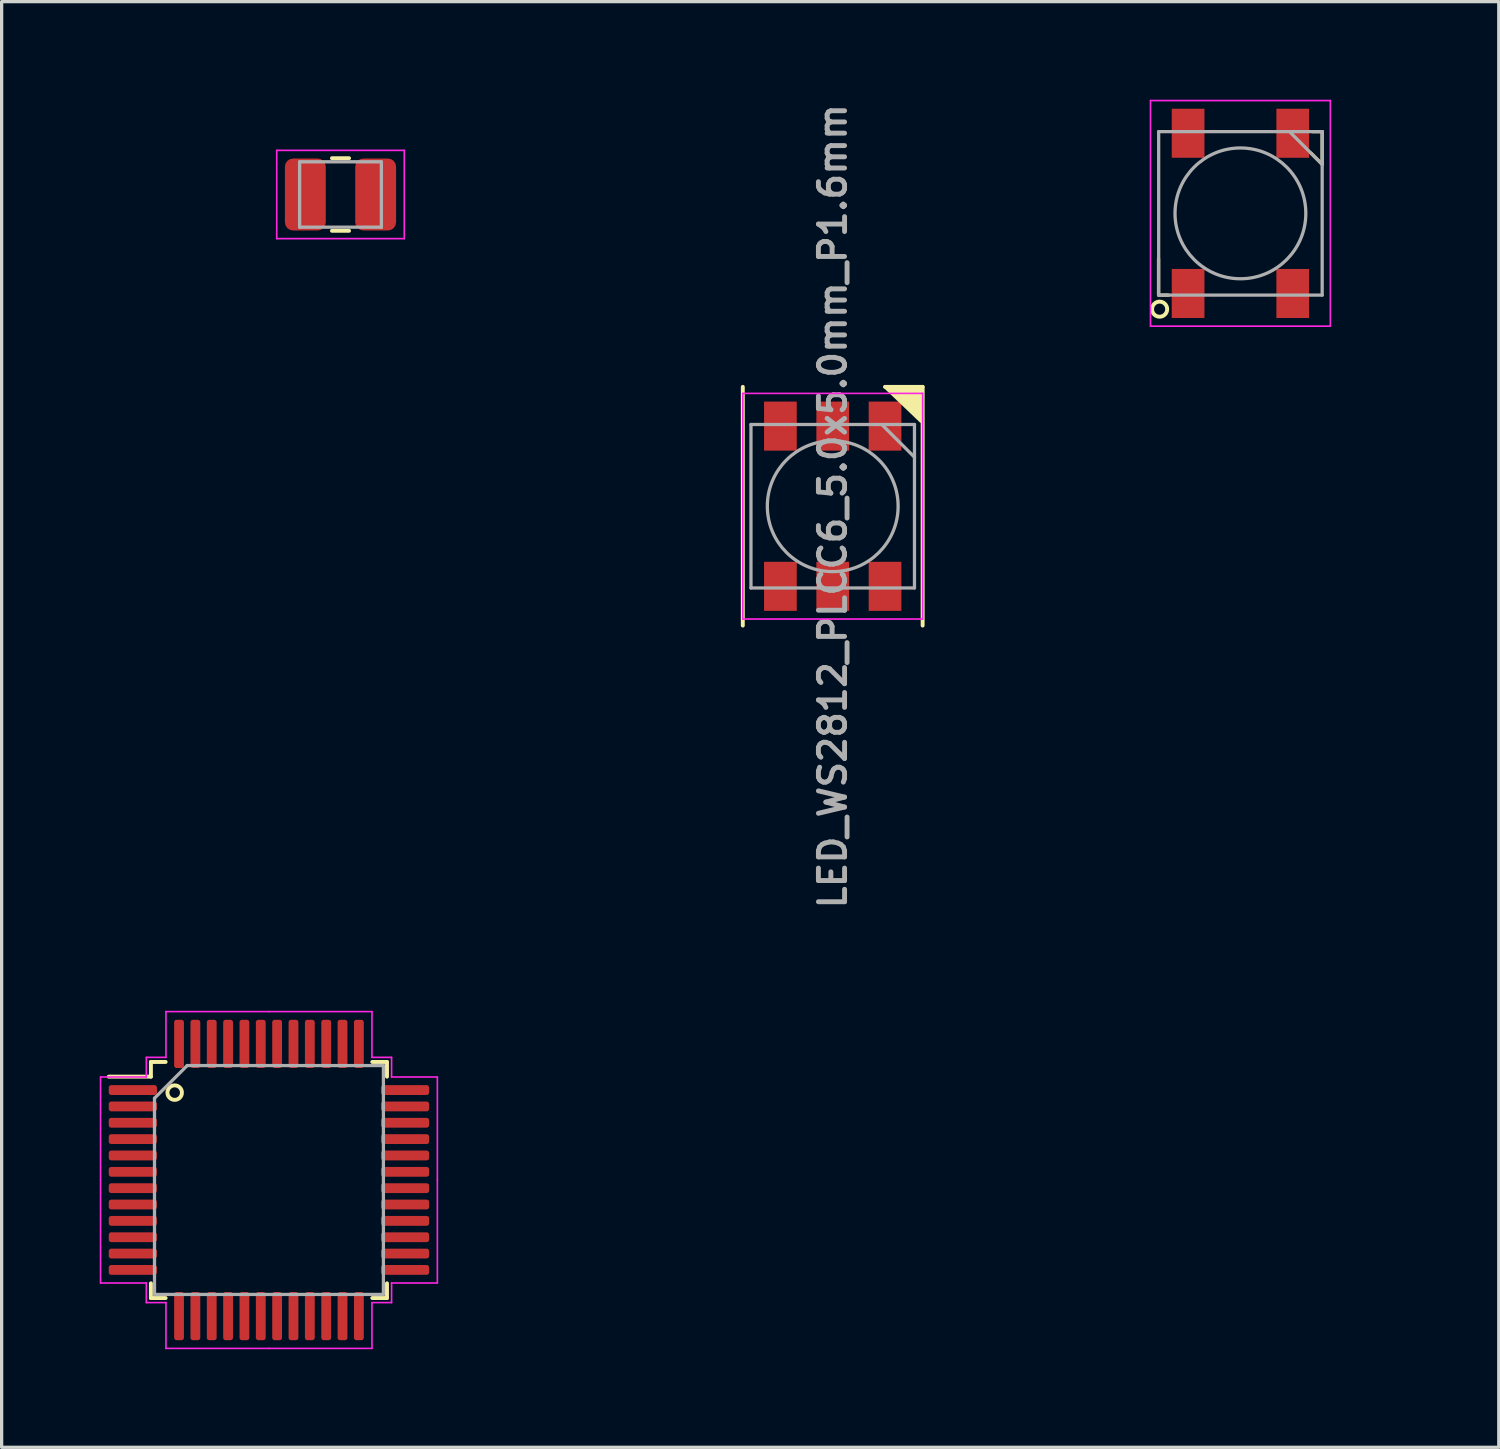
<source format=kicad_pcb>
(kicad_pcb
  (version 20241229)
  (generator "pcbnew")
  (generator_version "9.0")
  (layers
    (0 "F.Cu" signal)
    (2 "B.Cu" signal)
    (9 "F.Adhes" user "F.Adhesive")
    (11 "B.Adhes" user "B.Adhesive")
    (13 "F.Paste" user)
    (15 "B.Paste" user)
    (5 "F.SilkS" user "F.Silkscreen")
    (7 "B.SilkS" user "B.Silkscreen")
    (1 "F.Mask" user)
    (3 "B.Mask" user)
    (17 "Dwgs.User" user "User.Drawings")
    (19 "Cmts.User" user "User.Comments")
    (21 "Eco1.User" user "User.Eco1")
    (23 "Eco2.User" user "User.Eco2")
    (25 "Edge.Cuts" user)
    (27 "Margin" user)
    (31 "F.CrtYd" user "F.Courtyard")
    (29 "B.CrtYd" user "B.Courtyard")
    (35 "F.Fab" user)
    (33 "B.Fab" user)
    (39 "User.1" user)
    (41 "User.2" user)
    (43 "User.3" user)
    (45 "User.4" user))
  (footprint "LQFP-48_7x7mm_P0.5mm"
    (layer "F.Cu")
    (at 5.175 33.036)
    (property "Reference" "LQFP-48_7x7mm_P0.5mm" (at -0.01 0.091 0) (layer "Eco2.User") (effects (font (size 0.3 0.3) (thickness 0.075))))
    (attr smd)
    (fp_line (start -3.61 -3.61) (end -3.61 -3.16) (stroke (width 0.12) (type solid)) (layer "F.SilkS"))
    (fp_line (start -3.61 -3.16) (end -4.9 -3.16) (stroke (width 0.12) (type solid)) (layer "F.SilkS"))
    (fp_line (start -3.61 3.61) (end -3.61 3.16) (stroke (width 0.12) (type solid)) (layer "F.SilkS"))
    (fp_line (start -3.16 -3.61) (end -3.61 -3.61) (stroke (width 0.12) (type solid)) (layer "F.SilkS"))
    (fp_line (start -3.16 3.61) (end -3.61 3.61) (stroke (width 0.12) (type solid)) (layer "F.SilkS"))
    (fp_line (start 3.16 -3.61) (end 3.61 -3.61) (stroke (width 0.12) (type solid)) (layer "F.SilkS"))
    (fp_line (start 3.16 3.61) (end 3.61 3.61) (stroke (width 0.12) (type solid)) (layer "F.SilkS"))
    (fp_line (start 3.61 -3.61) (end 3.61 -3.16) (stroke (width 0.12) (type solid)) (layer "F.SilkS"))
    (fp_line (start 3.61 3.61) (end 3.61 3.16) (stroke (width 0.12) (type solid)) (layer "F.SilkS"))
    (fp_circle (center -2.883 -2.672) (end -2.703 -2.543) (stroke (width 0.12) (type solid)) (fill no) (layer "F.SilkS"))
    (fp_line (start -5.15 -3.15) (end -5.15 0) (stroke (width 0.05) (type solid)) (layer "F.CrtYd"))
    (fp_line (start -5.15 3.15) (end -5.15 0) (stroke (width 0.05) (type solid)) (layer "F.CrtYd"))
    (fp_line (start -3.75 -3.75) (end -3.75 -3.15) (stroke (width 0.05) (type solid)) (layer "F.CrtYd"))
    (fp_line (start -3.75 -3.15) (end -5.15 -3.15) (stroke (width 0.05) (type solid)) (layer "F.CrtYd"))
    (fp_line (start -3.75 3.15) (end -5.15 3.15) (stroke (width 0.05) (type solid)) (layer "F.CrtYd"))
    (fp_line (start -3.75 3.75) (end -3.75 3.15) (stroke (width 0.05) (type solid)) (layer "F.CrtYd"))
    (fp_line (start -3.15 -5.15) (end -3.15 -3.75) (stroke (width 0.05) (type solid)) (layer "F.CrtYd"))
    (fp_line (start -3.15 -3.75) (end -3.75 -3.75) (stroke (width 0.05) (type solid)) (layer "F.CrtYd"))
    (fp_line (start -3.15 3.75) (end -3.75 3.75) (stroke (width 0.05) (type solid)) (layer "F.CrtYd"))
    (fp_line (start -3.15 5.15) (end -3.15 3.75) (stroke (width 0.05) (type solid)) (layer "F.CrtYd"))
    (fp_line (start 0 -5.15) (end -3.15 -5.15) (stroke (width 0.05) (type solid)) (layer "F.CrtYd"))
    (fp_line (start 0 -5.15) (end 3.15 -5.15) (stroke (width 0.05) (type solid)) (layer "F.CrtYd"))
    (fp_line (start 0 5.15) (end -3.15 5.15) (stroke (width 0.05) (type solid)) (layer "F.CrtYd"))
    (fp_line (start 0 5.15) (end 3.15 5.15) (stroke (width 0.05) (type solid)) (layer "F.CrtYd"))
    (fp_line (start 3.15 -5.15) (end 3.15 -3.75) (stroke (width 0.05) (type solid)) (layer "F.CrtYd"))
    (fp_line (start 3.15 -3.75) (end 3.75 -3.75) (stroke (width 0.05) (type solid)) (layer "F.CrtYd"))
    (fp_line (start 3.15 3.75) (end 3.75 3.75) (stroke (width 0.05) (type solid)) (layer "F.CrtYd"))
    (fp_line (start 3.15 5.15) (end 3.15 3.75) (stroke (width 0.05) (type solid)) (layer "F.CrtYd"))
    (fp_line (start 3.75 -3.75) (end 3.75 -3.15) (stroke (width 0.05) (type solid)) (layer "F.CrtYd"))
    (fp_line (start 3.75 -3.15) (end 5.15 -3.15) (stroke (width 0.05) (type solid)) (layer "F.CrtYd"))
    (fp_line (start 3.75 3.15) (end 5.15 3.15) (stroke (width 0.05) (type solid)) (layer "F.CrtYd"))
    (fp_line (start 3.75 3.75) (end 3.75 3.15) (stroke (width 0.05) (type solid)) (layer "F.CrtYd"))
    (fp_line (start 5.15 -3.15) (end 5.15 0) (stroke (width 0.05) (type solid)) (layer "F.CrtYd"))
    (fp_line (start 5.15 3.15) (end 5.15 0) (stroke (width 0.05) (type solid)) (layer "F.CrtYd"))
    (fp_line (start -3.5 -2.5) (end -2.5 -3.5) (stroke (width 0.1) (type solid)) (layer "F.Fab"))
    (fp_line (start -3.5 3.5) (end -3.5 -2.5) (stroke (width 0.1) (type solid)) (layer "F.Fab"))
    (fp_line (start -2.5 -3.5) (end 3.5 -3.5) (stroke (width 0.1) (type solid)) (layer "F.Fab"))
    (fp_line (start 3.5 -3.5) (end 3.5 3.5) (stroke (width 0.1) (type solid)) (layer "F.Fab"))
    (fp_line (start 3.5 3.5) (end -3.5 3.5) (stroke (width 0.1) (type solid)) (layer "F.Fab"))
    (pad "1" smd roundrect (at -4.162 -2.75) (size 1.475 0.3) (layers "F.Cu" "F.Mask" "F.Paste") (roundrect_rratio 0.25))
    (pad "2" smd roundrect (at -4.162 -2.25) (size 1.475 0.3) (layers "F.Cu" "F.Mask" "F.Paste") (roundrect_rratio 0.25))
    (pad "3" smd roundrect (at -4.162 -1.75) (size 1.475 0.3) (layers "F.Cu" "F.Mask" "F.Paste") (roundrect_rratio 0.25))
    (pad "4" smd roundrect (at -4.162 -1.25) (size 1.475 0.3) (layers "F.Cu" "F.Mask" "F.Paste") (roundrect_rratio 0.25))
    (pad "5" smd roundrect (at -4.162 -0.75) (size 1.475 0.3) (layers "F.Cu" "F.Mask" "F.Paste") (roundrect_rratio 0.25))
    (pad "6" smd roundrect (at -4.162 -0.25) (size 1.475 0.3) (layers "F.Cu" "F.Mask" "F.Paste") (roundrect_rratio 0.25))
    (pad "7" smd roundrect (at -4.162 0.25) (size 1.475 0.3) (layers "F.Cu" "F.Mask" "F.Paste") (roundrect_rratio 0.25))
    (pad "8" smd roundrect (at -4.162 0.75) (size 1.475 0.3) (layers "F.Cu" "F.Mask" "F.Paste") (roundrect_rratio 0.25))
    (pad "9" smd roundrect (at -4.162 1.25) (size 1.475 0.3) (layers "F.Cu" "F.Mask" "F.Paste") (roundrect_rratio 0.25))
    (pad "10" smd roundrect (at -4.162 1.75) (size 1.475 0.3) (layers "F.Cu" "F.Mask" "F.Paste") (roundrect_rratio 0.25))
    (pad "11" smd roundrect (at -4.162 2.25) (size 1.475 0.3) (layers "F.Cu" "F.Mask" "F.Paste") (roundrect_rratio 0.25))
    (pad "12" smd roundrect (at -4.162 2.75) (size 1.475 0.3) (layers "F.Cu" "F.Mask" "F.Paste") (roundrect_rratio 0.25))
    (pad "13" smd roundrect (at -2.75 4.162) (size 0.3 1.475) (layers "F.Cu" "F.Mask" "F.Paste") (roundrect_rratio 0.25))
    (pad "14" smd roundrect (at -2.25 4.162) (size 0.3 1.475) (layers "F.Cu" "F.Mask" "F.Paste") (roundrect_rratio 0.25))
    (pad "15" smd roundrect (at -1.75 4.162) (size 0.3 1.475) (layers "F.Cu" "F.Mask" "F.Paste") (roundrect_rratio 0.25))
    (pad "16" smd roundrect (at -1.25 4.162) (size 0.3 1.475) (layers "F.Cu" "F.Mask" "F.Paste") (roundrect_rratio 0.25))
    (pad "17" smd roundrect (at -0.75 4.162) (size 0.3 1.475) (layers "F.Cu" "F.Mask" "F.Paste") (roundrect_rratio 0.25))
    (pad "18" smd roundrect (at -0.25 4.162) (size 0.3 1.475) (layers "F.Cu" "F.Mask" "F.Paste") (roundrect_rratio 0.25))
    (pad "19" smd roundrect (at 0.25 4.162) (size 0.3 1.475) (layers "F.Cu" "F.Mask" "F.Paste") (roundrect_rratio 0.25))
    (pad "20" smd roundrect (at 0.75 4.162) (size 0.3 1.475) (layers "F.Cu" "F.Mask" "F.Paste") (roundrect_rratio 0.25))
    (pad "21" smd roundrect (at 1.25 4.162) (size 0.3 1.475) (layers "F.Cu" "F.Mask" "F.Paste") (roundrect_rratio 0.25))
    (pad "22" smd roundrect (at 1.75 4.162) (size 0.3 1.475) (layers "F.Cu" "F.Mask" "F.Paste") (roundrect_rratio 0.25))
    (pad "23" smd roundrect (at 2.25 4.162) (size 0.3 1.475) (layers "F.Cu" "F.Mask" "F.Paste") (roundrect_rratio 0.25))
    (pad "24" smd roundrect (at 2.75 4.162) (size 0.3 1.475) (layers "F.Cu" "F.Mask" "F.Paste") (roundrect_rratio 0.25))
    (pad "25" smd roundrect (at 4.162 2.75) (size 1.475 0.3) (layers "F.Cu" "F.Mask" "F.Paste") (roundrect_rratio 0.25))
    (pad "26" smd roundrect (at 4.162 2.25) (size 1.475 0.3) (layers "F.Cu" "F.Mask" "F.Paste") (roundrect_rratio 0.25))
    (pad "27" smd roundrect (at 4.162 1.75) (size 1.475 0.3) (layers "F.Cu" "F.Mask" "F.Paste") (roundrect_rratio 0.25))
    (pad "28" smd roundrect (at 4.162 1.25) (size 1.475 0.3) (layers "F.Cu" "F.Mask" "F.Paste") (roundrect_rratio 0.25))
    (pad "29" smd roundrect (at 4.162 0.75) (size 1.475 0.3) (layers "F.Cu" "F.Mask" "F.Paste") (roundrect_rratio 0.25))
    (pad "30" smd roundrect (at 4.162 0.25) (size 1.475 0.3) (layers "F.Cu" "F.Mask" "F.Paste") (roundrect_rratio 0.25))
    (pad "31" smd roundrect (at 4.162 -0.25) (size 1.475 0.3) (layers "F.Cu" "F.Mask" "F.Paste") (roundrect_rratio 0.25))
    (pad "32" smd roundrect (at 4.162 -0.75) (size 1.475 0.3) (layers "F.Cu" "F.Mask" "F.Paste") (roundrect_rratio 0.25))
    (pad "33" smd roundrect (at 4.162 -1.25) (size 1.475 0.3) (layers "F.Cu" "F.Mask" "F.Paste") (roundrect_rratio 0.25))
    (pad "34" smd roundrect (at 4.162 -1.75) (size 1.475 0.3) (layers "F.Cu" "F.Mask" "F.Paste") (roundrect_rratio 0.25))
    (pad "35" smd roundrect (at 4.162 -2.25) (size 1.475 0.3) (layers "F.Cu" "F.Mask" "F.Paste") (roundrect_rratio 0.25))
    (pad "36" smd roundrect (at 4.162 -2.75) (size 1.475 0.3) (layers "F.Cu" "F.Mask" "F.Paste") (roundrect_rratio 0.25))
    (pad "37" smd roundrect (at 2.75 -4.162) (size 0.3 1.475) (layers "F.Cu" "F.Mask" "F.Paste") (roundrect_rratio 0.25))
    (pad "38" smd roundrect (at 2.25 -4.162) (size 0.3 1.475) (layers "F.Cu" "F.Mask" "F.Paste") (roundrect_rratio 0.25))
    (pad "39" smd roundrect (at 1.75 -4.162) (size 0.3 1.475) (layers "F.Cu" "F.Mask" "F.Paste") (roundrect_rratio 0.25))
    (pad "40" smd roundrect (at 1.25 -4.162) (size 0.3 1.475) (layers "F.Cu" "F.Mask" "F.Paste") (roundrect_rratio 0.25))
    (pad "41" smd roundrect (at 0.75 -4.162) (size 0.3 1.475) (layers "F.Cu" "F.Mask" "F.Paste") (roundrect_rratio 0.25))
    (pad "42" smd roundrect (at 0.25 -4.162) (size 0.3 1.475) (layers "F.Cu" "F.Mask" "F.Paste") (roundrect_rratio 0.25))
    (pad "43" smd roundrect (at -0.25 -4.162) (size 0.3 1.475) (layers "F.Cu" "F.Mask" "F.Paste") (roundrect_rratio 0.25))
    (pad "44" smd roundrect (at -0.75 -4.162) (size 0.3 1.475) (layers "F.Cu" "F.Mask" "F.Paste") (roundrect_rratio 0.25))
    (pad "45" smd roundrect (at -1.25 -4.162) (size 0.3 1.475) (layers "F.Cu" "F.Mask" "F.Paste") (roundrect_rratio 0.25))
    (pad "46" smd roundrect (at -1.75 -4.162) (size 0.3 1.475) (layers "F.Cu" "F.Mask" "F.Paste") (roundrect_rratio 0.25))
    (pad "47" smd roundrect (at -2.25 -4.162) (size 0.3 1.475) (layers "F.Cu" "F.Mask" "F.Paste") (roundrect_rratio 0.25))
    (pad "48" smd roundrect (at -2.75 -4.162) (size 0.3 1.475) (layers "F.Cu" "F.Mask" "F.Paste") (roundrect_rratio 0.25)))
  (footprint "LED_WS2812B_PLCC4_5.0x5.0mm_P3.2mm"
    (layer "F.Cu")
    (at 34.884 3.475)
    (property "Reference" "LED_WS2812B_PLCC4_5.0x5.0mm_P3.2mm" (at 0.061 0.239 0) (layer "Eco2.User") (effects (font (size 0.3 0.3) (thickness 0.075))))
    (attr smd)
    (fp_line (start -2.504 2.489) (end -2.504 1.386) (stroke (width 0.1) (type solid)) (layer "F.SilkS"))
    (fp_line (start -2.5 2.5) (end -2.2 2.5) (stroke (width 0.1) (type solid)) (layer "F.SilkS"))
    (fp_line (start 2.16 -1.84) (end 2.5 -1.5) (stroke (width 0.1) (type solid)) (layer "F.SilkS"))
    (fp_line (start 2.5 -2.5) (end 2.2 -2.5) (stroke (width 0.1) (type solid)) (layer "F.SilkS"))
    (fp_line (start 2.5 -1.5) (end 2.5 -2.5) (stroke (width 0.1) (type solid)) (layer "F.SilkS"))
    (fp_circle (center -2.471 2.93) (end -2.541 3.15) (stroke (width 0.12) (type solid)) (fill no) (layer "F.SilkS"))
    (fp_line (start -2.75 -3.45) (end -2.75 3.45) (stroke (width 0.05) (type solid)) (layer "F.CrtYd"))
    (fp_line (start -2.75 3.45) (end 2.75 3.45) (stroke (width 0.05) (type solid)) (layer "F.CrtYd"))
    (fp_line (start 2.75 -3.45) (end -2.75 -3.45) (stroke (width 0.05) (type solid)) (layer "F.CrtYd"))
    (fp_line (start 2.75 3.45) (end 2.75 -3.45) (stroke (width 0.05) (type solid)) (layer "F.CrtYd"))
    (fp_line (start -2.5 -2.5) (end -2.5 2.5) (stroke (width 0.1) (type solid)) (layer "F.Fab"))
    (fp_line (start -2.5 2.5) (end 2.5 2.5) (stroke (width 0.1) (type solid)) (layer "F.Fab"))
    (fp_line (start 1.5 -2.5) (end 2.5 -1.5) (stroke (width 0.1) (type solid)) (layer "F.Fab"))
    (fp_line (start 2.5 -2.5) (end -2.5 -2.5) (stroke (width 0.1) (type solid)) (layer "F.Fab"))
    (fp_line (start 2.5 2.5) (end 2.5 -2.5) (stroke (width 0.1) (type solid)) (layer "F.Fab"))
    (fp_circle (center 0 0) (end -2 0) (stroke (width 0.1) (type solid)) (fill no) (layer "F.Fab"))
    (pad "1" smd rect (at -1.6 2.45 90) (size 1.5 1) (layers "F.Cu" "F.Mask" "F.Paste"))
    (pad "2" smd rect (at 1.6 2.45 90) (size 1.5 1) (layers "F.Cu" "F.Mask" "F.Paste"))
    (pad "3" smd rect (at 1.6 -2.45 90) (size 1.5 1) (layers "F.Cu" "F.Mask" "F.Paste"))
    (pad "4" smd rect (at -1.6 -2.45 90) (size 1.5 1) (layers "F.Cu" "F.Mask" "F.Paste")))
  (footprint "L_1008_2520Metric"
    (layer "F.Cu")
    (at 7.363 2.898)
    (property "Reference" "L_1008_2520Metric" (at 0 -2.05 0) (layer "Eco2.User") (effects (font (size 1 1) (thickness 0.15))))
    (attr smd)
    (fp_line (start -0.261 -1.11) (end 0.261 -1.11) (stroke (width 0.12) (type solid)) (layer "F.SilkS"))
    (fp_line (start -0.261 1.11) (end 0.261 1.11) (stroke (width 0.12) (type solid)) (layer "F.SilkS"))
    (fp_line (start -1.95 -1.35) (end 1.95 -1.35) (stroke (width 0.05) (type solid)) (layer "F.CrtYd"))
    (fp_line (start -1.95 1.35) (end -1.95 -1.35) (stroke (width 0.05) (type solid)) (layer "F.CrtYd"))
    (fp_line (start 1.95 -1.35) (end 1.95 1.35) (stroke (width 0.05) (type solid)) (layer "F.CrtYd"))
    (fp_line (start 1.95 1.35) (end -1.95 1.35) (stroke (width 0.05) (type solid)) (layer "F.CrtYd"))
    (fp_line (start -1.25 -1) (end 1.25 -1) (stroke (width 0.1) (type solid)) (layer "F.Fab"))
    (fp_line (start -1.25 1) (end -1.25 -1) (stroke (width 0.1) (type solid)) (layer "F.Fab"))
    (fp_line (start 1.25 -1) (end 1.25 1) (stroke (width 0.1) (type solid)) (layer "F.Fab"))
    (fp_line (start 1.25 1) (end -1.25 1) (stroke (width 0.1) (type solid)) (layer "F.Fab"))
    (fp_text user "${REFERENCE}" (at 0 0 0) (layer "Eco2.User") (effects (font (size 0.62 0.62) (thickness 0.09))))
    (pad "1" smd roundrect (at -1.075 0) (size 1.25 2.2) (layers "F.Cu" "F.Mask" "F.Paste") (roundrect_rratio 0.2))
    (pad "2" smd roundrect (at 1.075 0) (size 1.25 2.2) (layers "F.Cu" "F.Mask" "F.Paste") (roundrect_rratio 0.2)))
  (footprint "LED_WS2812_PLCC6_5.0x5.0mm_P1.6mm"
    (layer "F.Cu")
    (at 22.416 12.431)
    (property "Reference" "LED_WS2812_PLCC6_5.0x5.0mm_P1.6mm" (at 0 -3.5 0) (layer "Eco2.User") (effects (font (size 0.3 0.3) (thickness 0.075))))
    (attr smd)
    (fp_line (start -2.75 -3.65) (end -2.75 3.65) (stroke (width 0.12) (type solid)) (layer "F.SilkS"))
    (fp_line (start 1.6 -3.65) (end 2.75 -3.65) (stroke (width 0.12) (type solid)) (layer "F.SilkS"))
    (fp_line (start 2.75 -3.65) (end 2.75 3.65) (stroke (width 0.12) (type solid)) (layer "F.SilkS"))
    (fp_poly (pts (xy 1.6 -3.65) (xy 2.7 -3.6) (xy 2.7 -2.6)) (stroke (width 0.1) (type solid)) (fill yes) (layer "F.SilkS"))
    (fp_line (start -2.75 -3.45) (end -2.75 3.45) (stroke (width 0.05) (type solid)) (layer "F.CrtYd"))
    (fp_line (start -2.75 3.45) (end 2.75 3.45) (stroke (width 0.05) (type solid)) (layer "F.CrtYd"))
    (fp_line (start 2.75 -3.45) (end -2.75 -3.45) (stroke (width 0.05) (type solid)) (layer "F.CrtYd"))
    (fp_line (start 2.75 3.45) (end 2.75 -3.45) (stroke (width 0.05) (type solid)) (layer "F.CrtYd"))
    (fp_line (start -2.5 -2.5) (end 2.5 -2.5) (stroke (width 0.1) (type solid)) (layer "F.Fab"))
    (fp_line (start -2.5 2.5) (end -2.5 -2.5) (stroke (width 0.1) (type solid)) (layer "F.Fab"))
    (fp_line (start 1.5 -2.5) (end 2.5 -1.5) (stroke (width 0.1) (type solid)) (layer "F.Fab"))
    (fp_line (start 2.5 -2.5) (end 2.5 2.5) (stroke (width 0.1) (type solid)) (layer "F.Fab"))
    (fp_line (start 2.5 2.5) (end -2.5 2.5) (stroke (width 0.1) (type solid)) (layer "F.Fab"))
    (fp_circle (center 0 0) (end 2 0) (stroke (width 0.1) (type solid)) (fill no) (layer "F.Fab"))
    (fp_text user "${REFERENCE}" (at 0 0 270) (layer "F.Fab") (effects (font (size 0.8 0.8) (thickness 0.15))))
    (pad "1" smd rect (at 1.6 -2.45 270) (size 1.5 1) (layers "F.Cu" "F.Mask" "F.Paste"))
    (pad "2" smd rect (at 0 -2.45 270) (size 1.5 1) (layers "F.Cu" "F.Mask" "F.Paste"))
    (pad "3" smd rect (at -1.6 -2.45 270) (size 1.5 1) (layers "F.Cu" "F.Mask" "F.Paste"))
    (pad "4" smd rect (at -1.6 2.45 270) (size 1.5 1) (layers "F.Cu" "F.Mask" "F.Paste"))
    (pad "5" smd rect (at 0 2.45 270) (size 1.5 1) (layers "F.Cu" "F.Mask" "F.Paste"))
    (pad "6" smd rect (at 1.6 2.45 270) (size 1.5 1) (layers "F.Cu" "F.Mask" "F.Paste")))
  (gr_rect
    (start -3 -3)
    (end 42.785 41.211)
    (stroke (width 0.1) (type default))
    (fill no)
    (layer "Edge.Cuts")))
</source>
